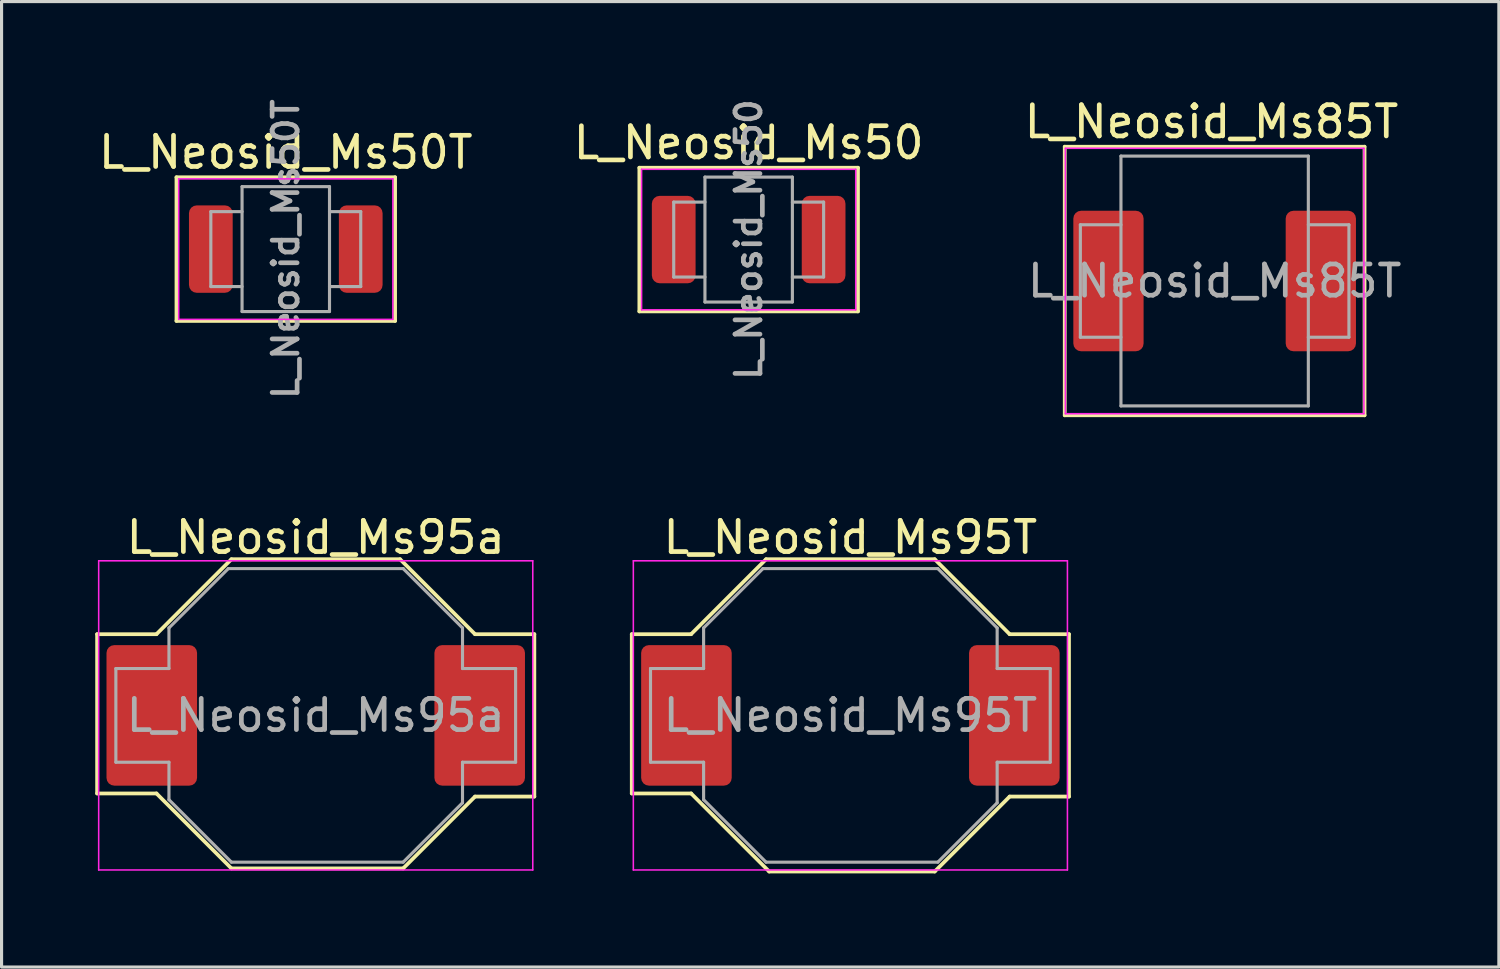
<source format=kicad_pcb>
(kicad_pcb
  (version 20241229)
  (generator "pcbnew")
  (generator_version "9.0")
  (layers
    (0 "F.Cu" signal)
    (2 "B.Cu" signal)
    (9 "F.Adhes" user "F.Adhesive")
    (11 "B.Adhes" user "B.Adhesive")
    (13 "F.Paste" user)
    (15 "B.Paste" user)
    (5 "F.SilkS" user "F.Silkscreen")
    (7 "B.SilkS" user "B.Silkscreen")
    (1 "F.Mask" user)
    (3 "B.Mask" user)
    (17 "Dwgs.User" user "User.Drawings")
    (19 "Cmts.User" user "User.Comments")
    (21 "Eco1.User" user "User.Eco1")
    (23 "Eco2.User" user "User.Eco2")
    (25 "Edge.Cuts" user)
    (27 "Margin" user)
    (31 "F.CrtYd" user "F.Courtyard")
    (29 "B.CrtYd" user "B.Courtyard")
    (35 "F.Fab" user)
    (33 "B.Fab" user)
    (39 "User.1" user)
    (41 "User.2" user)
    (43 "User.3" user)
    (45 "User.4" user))
  (footprint "L_Neosid_Ms50T"
    (layer "F.Cu")
    (at 6.101 4.926)
    (property "Reference" "L_Neosid_Ms50T" (at 0 -3.1 0) (layer "F.SilkS") (effects (font (size 1 1) (thickness 0.15))))
    (attr smd)
    (fp_line (start -3.5 -2.3) (end -3.5 2.3) (stroke (width 0.12) (type solid)) (layer "F.SilkS"))
    (fp_line (start -3.5 2.3) (end 3.5 2.3) (stroke (width 0.12) (type solid)) (layer "F.SilkS"))
    (fp_line (start 3.5 -2.3) (end -3.5 -2.3) (stroke (width 0.12) (type solid)) (layer "F.SilkS"))
    (fp_line (start 3.5 2.3) (end 3.5 -2.3) (stroke (width 0.12) (type solid)) (layer "F.SilkS"))
    (fp_line (start -3.429 -2.25) (end -3.429 2.25) (stroke (width 0.05) (type solid)) (layer "F.CrtYd"))
    (fp_line (start -3.429 -2.25) (end 3.429 -2.25) (stroke (width 0.05) (type solid)) (layer "F.CrtYd"))
    (fp_line (start 3.429 2.25) (end -3.429 2.25) (stroke (width 0.05) (type solid)) (layer "F.CrtYd"))
    (fp_line (start 3.429 2.25) (end 3.429 -2.25) (stroke (width 0.05) (type solid)) (layer "F.CrtYd"))
    (fp_line (start -2.4 -1.2) (end -2.4 1.2) (stroke (width 0.1) (type solid)) (layer "F.Fab"))
    (fp_line (start -2.4 -1.2) (end -1.4 -1.2) (stroke (width 0.1) (type solid)) (layer "F.Fab"))
    (fp_line (start -2.4 1.2) (end -1.4 1.2) (stroke (width 0.1) (type solid)) (layer "F.Fab"))
    (fp_line (start -1.4 -2) (end -1.4 2) (stroke (width 0.1) (type solid)) (layer "F.Fab"))
    (fp_line (start -1.4 2) (end 1.4 2) (stroke (width 0.1) (type solid)) (layer "F.Fab"))
    (fp_line (start 1.4 -2) (end -1.4 -2) (stroke (width 0.1) (type solid)) (layer "F.Fab"))
    (fp_line (start 1.4 1.2) (end 2.4 1.2) (stroke (width 0.1) (type solid)) (layer "F.Fab"))
    (fp_line (start 1.4 2) (end 1.4 -2) (stroke (width 0.1) (type solid)) (layer "F.Fab"))
    (fp_line (start 2.4 -1.2) (end 1.4 -1.2) (stroke (width 0.1) (type solid)) (layer "F.Fab"))
    (fp_line (start 2.4 1.2) (end 2.4 -1.2) (stroke (width 0.1) (type solid)) (layer "F.Fab"))
    (fp_text user "${REFERENCE}" (at 0 0 90) (layer "F.Fab") (effects (font (size 0.8 0.8) (thickness 0.15))))
    (pad "1" smd roundrect (at -2.4 0) (size 1.4 2.8) (layers "F.Cu" "F.Mask" "F.Paste") (roundrect_rratio 0.179))
    (pad "2" smd roundrect (at 2.4 0) (size 1.4 2.8) (layers "F.Cu" "F.Mask" "F.Paste") (roundrect_rratio 0.179)))
  (footprint "L_Neosid_Ms85T"
    (layer "F.Cu")
    (at 35.844 5.948)
    (property "Reference" "L_Neosid_Ms85T" (at -0.1 -5.1 0) (layer "F.SilkS") (effects (font (size 1 1) (thickness 0.15))))
    (attr smd)
    (fp_line (start -4.8 -4.3) (end -4.8 4.3) (stroke (width 0.12) (type solid)) (layer "F.SilkS"))
    (fp_line (start -4.8 4.3) (end 4.8 4.3) (stroke (width 0.12) (type solid)) (layer "F.SilkS"))
    (fp_line (start 4.8 -4.3) (end -4.8 -4.3) (stroke (width 0.12) (type solid)) (layer "F.SilkS"))
    (fp_line (start 4.8 4.3) (end 4.8 -4.3) (stroke (width 0.12) (type solid)) (layer "F.SilkS"))
    (fp_line (start -4.78 -4.25) (end -4.78 4.25) (stroke (width 0.05) (type solid)) (layer "F.CrtYd"))
    (fp_line (start -4.78 -4.25) (end 4.78 -4.25) (stroke (width 0.05) (type solid)) (layer "F.CrtYd"))
    (fp_line (start 4.78 4.25) (end -4.78 4.25) (stroke (width 0.05) (type solid)) (layer "F.CrtYd"))
    (fp_line (start 4.78 4.25) (end 4.78 -4.25) (stroke (width 0.05) (type solid)) (layer "F.CrtYd"))
    (fp_line (start -4.3 -1.8) (end -4.3 1.8) (stroke (width 0.1) (type solid)) (layer "F.Fab"))
    (fp_line (start -4.3 -1.8) (end -3 -1.8) (stroke (width 0.1) (type solid)) (layer "F.Fab"))
    (fp_line (start -4.3 1.8) (end -3 1.8) (stroke (width 0.1) (type solid)) (layer "F.Fab"))
    (fp_line (start -3 -4) (end 3 -4) (stroke (width 0.1) (type solid)) (layer "F.Fab"))
    (fp_line (start -3 4) (end -3 -4) (stroke (width 0.1) (type solid)) (layer "F.Fab"))
    (fp_line (start 3 -4) (end 3 4) (stroke (width 0.1) (type solid)) (layer "F.Fab"))
    (fp_line (start 3 1.8) (end 4.3 1.8) (stroke (width 0.1) (type solid)) (layer "F.Fab"))
    (fp_line (start 3 4) (end -3 4) (stroke (width 0.1) (type solid)) (layer "F.Fab"))
    (fp_line (start 4.3 -1.8) (end 3 -1.8) (stroke (width 0.1) (type solid)) (layer "F.Fab"))
    (fp_line (start 4.3 1.8) (end 4.3 -1.8) (stroke (width 0.1) (type solid)) (layer "F.Fab"))
    (fp_text user "${REFERENCE}" (at 0 0 0) (layer "F.Fab") (effects (font (size 1 1) (thickness 0.15))))
    (pad "1" smd roundrect (at -3.4 0) (size 2.25 4.5) (layers "F.Cu" "F.Mask" "F.Paste") (roundrect_rratio 0.111))
    (pad "2" smd roundrect (at 3.4 0) (size 2.25 4.5) (layers "F.Cu" "F.Mask" "F.Paste") (roundrect_rratio 0.111)))
  (footprint "L_Neosid_Ms95T"
    (layer "F.Cu")
    (at 24.18 19.857)
    (property "Reference" "L_Neosid_Ms95T" (at 0 -5.7 0) (layer "F.SilkS") (effects (font (size 1 1) (thickness 0.15))))
    (attr smd)
    (fp_line (start -7 -2.6) (end -7 2.5) (stroke (width 0.12) (type solid)) (layer "F.SilkS"))
    (fp_line (start -7 2.5) (end -5.1 2.5) (stroke (width 0.12) (type solid)) (layer "F.SilkS"))
    (fp_line (start -5.1 -2.6) (end -7 -2.6) (stroke (width 0.12) (type solid)) (layer "F.SilkS"))
    (fp_line (start -5.1 -2.6) (end -2.7 -5) (stroke (width 0.12) (type solid)) (layer "F.SilkS"))
    (fp_line (start -2.7 -5) (end 2.7 -5) (stroke (width 0.12) (type solid)) (layer "F.SilkS"))
    (fp_line (start -2.6 5) (end -5.1 2.5) (stroke (width 0.12) (type solid)) (layer "F.SilkS"))
    (fp_line (start -2.6 5) (end 2.7 5) (stroke (width 0.12) (type solid)) (layer "F.SilkS"))
    (fp_line (start 2.7 -5) (end 5.1 -2.6) (stroke (width 0.12) (type solid)) (layer "F.SilkS"))
    (fp_line (start 2.7 5) (end 5.1 2.6) (stroke (width 0.12) (type solid)) (layer "F.SilkS"))
    (fp_line (start 5.1 -2.6) (end 7 -2.6) (stroke (width 0.12) (type solid)) (layer "F.SilkS"))
    (fp_line (start 7 -2.6) (end 7 2.6) (stroke (width 0.12) (type solid)) (layer "F.SilkS"))
    (fp_line (start 7 2.6) (end 5.1 2.6) (stroke (width 0.12) (type solid)) (layer "F.SilkS"))
    (fp_line (start -6.95 -4.95) (end -6.95 4.95) (stroke (width 0.05) (type solid)) (layer "F.CrtYd"))
    (fp_line (start -6.95 -4.95) (end 6.95 -4.95) (stroke (width 0.05) (type solid)) (layer "F.CrtYd"))
    (fp_line (start 6.95 4.95) (end -6.95 4.95) (stroke (width 0.05) (type solid)) (layer "F.CrtYd"))
    (fp_line (start 6.95 4.95) (end 6.95 -4.95) (stroke (width 0.05) (type solid)) (layer "F.CrtYd"))
    (fp_line (start -6.4 -1.5) (end -6.4 1.5) (stroke (width 0.1) (type solid)) (layer "F.Fab"))
    (fp_line (start -6.4 -1.5) (end -4.7 -1.5) (stroke (width 0.1) (type solid)) (layer "F.Fab"))
    (fp_line (start -6.4 1.5) (end -4.7 1.5) (stroke (width 0.1) (type solid)) (layer "F.Fab"))
    (fp_line (start -4.7 -1.5) (end -4.7 -2.8) (stroke (width 0.1) (type solid)) (layer "F.Fab"))
    (fp_line (start -4.7 1.5) (end -4.7 2.7) (stroke (width 0.1) (type solid)) (layer "F.Fab"))
    (fp_line (start -4.7 2.7) (end -2.7 4.7) (stroke (width 0.1) (type solid)) (layer "F.Fab"))
    (fp_line (start -2.8 -4.7) (end -4.7 -2.8) (stroke (width 0.1) (type solid)) (layer "F.Fab"))
    (fp_line (start 2.8 -4.7) (end -2.8 -4.7) (stroke (width 0.1) (type solid)) (layer "F.Fab"))
    (fp_line (start 2.8 4.7) (end -2.7 4.7) (stroke (width 0.1) (type solid)) (layer "F.Fab"))
    (fp_line (start 4.7 -2.8) (end 2.8 -4.7) (stroke (width 0.1) (type solid)) (layer "F.Fab"))
    (fp_line (start 4.7 -1.5) (end 4.7 -2.8) (stroke (width 0.1) (type solid)) (layer "F.Fab"))
    (fp_line (start 4.7 1.5) (end 6.4 1.5) (stroke (width 0.1) (type solid)) (layer "F.Fab"))
    (fp_line (start 4.7 2.8) (end 2.8 4.7) (stroke (width 0.1) (type solid)) (layer "F.Fab"))
    (fp_line (start 4.7 2.8) (end 4.7 1.5) (stroke (width 0.1) (type solid)) (layer "F.Fab"))
    (fp_line (start 6.4 -1.5) (end 4.7 -1.5) (stroke (width 0.1) (type solid)) (layer "F.Fab"))
    (fp_line (start 6.4 1.5) (end 6.4 -1.5) (stroke (width 0.1) (type solid)) (layer "F.Fab"))
    (fp_text user "${REFERENCE}" (at 0 0 0) (layer "F.Fab") (effects (font (size 1 1) (thickness 0.15))))
    (pad "1" smd roundrect (at -5.25 0) (size 2.9 4.5) (layers "F.Cu" "F.Mask" "F.Paste") (roundrect_rratio 0.086))
    (pad "2" smd roundrect (at 5.25 0) (size 2.9 4.5) (layers "F.Cu" "F.Mask" "F.Paste") (roundrect_rratio 0.086)))
  (footprint "L_Neosid_Ms95a"
    (layer "F.Cu")
    (at 7.06 19.857)
    (property "Reference" "L_Neosid_Ms95a" (at 0 -5.7 0) (layer "F.SilkS") (effects (font (size 1 1) (thickness 0.15))))
    (attr smd)
    (fp_line (start -7 -2.6) (end -7 2.5) (stroke (width 0.12) (type solid)) (layer "F.SilkS"))
    (fp_line (start -7 2.5) (end -5.1 2.5) (stroke (width 0.12) (type solid)) (layer "F.SilkS"))
    (fp_line (start -5.1 -2.6) (end -7 -2.6) (stroke (width 0.12) (type solid)) (layer "F.SilkS"))
    (fp_line (start -5.1 -2.6) (end -2.7 -5) (stroke (width 0.12) (type solid)) (layer "F.SilkS"))
    (fp_line (start -2.7 -5) (end 2.7 -5) (stroke (width 0.12) (type solid)) (layer "F.SilkS"))
    (fp_line (start -2.7 4.9) (end -5.1 2.5) (stroke (width 0.12) (type solid)) (layer "F.SilkS"))
    (fp_line (start -2.7 4.9) (end 2.8 4.9) (stroke (width 0.12) (type solid)) (layer "F.SilkS"))
    (fp_line (start 2.7 -5) (end 5.1 -2.6) (stroke (width 0.12) (type solid)) (layer "F.SilkS"))
    (fp_line (start 2.8 4.9) (end 5.1 2.6) (stroke (width 0.12) (type solid)) (layer "F.SilkS"))
    (fp_line (start 5.1 -2.6) (end 7 -2.6) (stroke (width 0.12) (type solid)) (layer "F.SilkS"))
    (fp_line (start 7 -2.6) (end 7 2.6) (stroke (width 0.12) (type solid)) (layer "F.SilkS"))
    (fp_line (start 7 2.6) (end 5.1 2.6) (stroke (width 0.12) (type solid)) (layer "F.SilkS"))
    (fp_line (start -6.95 -4.95) (end -6.95 4.95) (stroke (width 0.05) (type solid)) (layer "F.CrtYd"))
    (fp_line (start -6.95 -4.95) (end 6.95 -4.95) (stroke (width 0.05) (type solid)) (layer "F.CrtYd"))
    (fp_line (start 6.95 4.95) (end -6.95 4.95) (stroke (width 0.05) (type solid)) (layer "F.CrtYd"))
    (fp_line (start 6.95 4.95) (end 6.95 -4.95) (stroke (width 0.05) (type solid)) (layer "F.CrtYd"))
    (fp_line (start -6.4 -1.5) (end -6.4 1.5) (stroke (width 0.1) (type solid)) (layer "F.Fab"))
    (fp_line (start -6.4 -1.5) (end -4.7 -1.5) (stroke (width 0.1) (type solid)) (layer "F.Fab"))
    (fp_line (start -6.4 1.5) (end -4.7 1.5) (stroke (width 0.1) (type solid)) (layer "F.Fab"))
    (fp_line (start -4.7 -1.5) (end -4.7 -2.8) (stroke (width 0.1) (type solid)) (layer "F.Fab"))
    (fp_line (start -4.7 1.5) (end -4.7 2.7) (stroke (width 0.1) (type solid)) (layer "F.Fab"))
    (fp_line (start -4.7 2.7) (end -2.7 4.7) (stroke (width 0.1) (type solid)) (layer "F.Fab"))
    (fp_line (start -2.8 -4.7) (end -4.7 -2.8) (stroke (width 0.1) (type solid)) (layer "F.Fab"))
    (fp_line (start 2.8 -4.7) (end -2.8 -4.7) (stroke (width 0.1) (type solid)) (layer "F.Fab"))
    (fp_line (start 2.8 4.7) (end -2.7 4.7) (stroke (width 0.1) (type solid)) (layer "F.Fab"))
    (fp_line (start 4.7 -2.8) (end 2.8 -4.7) (stroke (width 0.1) (type solid)) (layer "F.Fab"))
    (fp_line (start 4.7 -1.5) (end 4.7 -2.8) (stroke (width 0.1) (type solid)) (layer "F.Fab"))
    (fp_line (start 4.7 1.5) (end 6.4 1.5) (stroke (width 0.1) (type solid)) (layer "F.Fab"))
    (fp_line (start 4.7 2.8) (end 2.8 4.7) (stroke (width 0.1) (type solid)) (layer "F.Fab"))
    (fp_line (start 4.7 2.8) (end 4.7 1.5) (stroke (width 0.1) (type solid)) (layer "F.Fab"))
    (fp_line (start 6.4 -1.5) (end 4.7 -1.5) (stroke (width 0.1) (type solid)) (layer "F.Fab"))
    (fp_line (start 6.4 1.5) (end 6.4 -1.5) (stroke (width 0.1) (type solid)) (layer "F.Fab"))
    (fp_text user "${REFERENCE}" (at 0 0 0) (layer "F.Fab") (effects (font (size 1 1) (thickness 0.15))))
    (pad "1" smd roundrect (at -5.25 0) (size 2.9 4.5) (layers "F.Cu" "F.Mask" "F.Paste") (roundrect_rratio 0.086))
    (pad "2" smd roundrect (at 5.25 0) (size 2.9 4.5) (layers "F.Cu" "F.Mask" "F.Paste") (roundrect_rratio 0.086)))
  (footprint "L_Neosid_Ms50"
    (layer "F.Cu")
    (at 20.923 4.621)
    (property "Reference" "L_Neosid_Ms50" (at 0 -3.1 0) (layer "F.SilkS") (effects (font (size 1 1) (thickness 0.15))))
    (attr smd)
    (fp_line (start -3.5 -2.3) (end -3.5 2.3) (stroke (width 0.12) (type solid)) (layer "F.SilkS"))
    (fp_line (start -3.5 2.3) (end 3.5 2.3) (stroke (width 0.12) (type solid)) (layer "F.SilkS"))
    (fp_line (start 3.5 -2.3) (end -3.5 -2.3) (stroke (width 0.12) (type solid)) (layer "F.SilkS"))
    (fp_line (start 3.5 2.3) (end 3.5 -2.3) (stroke (width 0.12) (type solid)) (layer "F.SilkS"))
    (fp_line (start -3.429 -2.25) (end -3.429 2.25) (stroke (width 0.05) (type solid)) (layer "F.CrtYd"))
    (fp_line (start -3.429 -2.25) (end 3.429 -2.25) (stroke (width 0.05) (type solid)) (layer "F.CrtYd"))
    (fp_line (start 3.429 2.25) (end -3.429 2.25) (stroke (width 0.05) (type solid)) (layer "F.CrtYd"))
    (fp_line (start 3.429 2.25) (end 3.429 -2.25) (stroke (width 0.05) (type solid)) (layer "F.CrtYd"))
    (fp_line (start -2.4 -1.2) (end -2.4 1.2) (stroke (width 0.1) (type solid)) (layer "F.Fab"))
    (fp_line (start -2.4 -1.2) (end -1.4 -1.2) (stroke (width 0.1) (type solid)) (layer "F.Fab"))
    (fp_line (start -2.4 1.2) (end -1.4 1.2) (stroke (width 0.1) (type solid)) (layer "F.Fab"))
    (fp_line (start -1.4 -2) (end -1.4 2) (stroke (width 0.1) (type solid)) (layer "F.Fab"))
    (fp_line (start -1.4 2) (end 1.4 2) (stroke (width 0.1) (type solid)) (layer "F.Fab"))
    (fp_line (start 1.4 -2) (end -1.4 -2) (stroke (width 0.1) (type solid)) (layer "F.Fab"))
    (fp_line (start 1.4 1.2) (end 2.4 1.2) (stroke (width 0.1) (type solid)) (layer "F.Fab"))
    (fp_line (start 1.4 2) (end 1.4 -2) (stroke (width 0.1) (type solid)) (layer "F.Fab"))
    (fp_line (start 2.4 -1.2) (end 1.4 -1.2) (stroke (width 0.1) (type solid)) (layer "F.Fab"))
    (fp_line (start 2.4 1.2) (end 2.4 -1.2) (stroke (width 0.1) (type solid)) (layer "F.Fab"))
    (fp_text user "${REFERENCE}" (at 0 0 90) (layer "F.Fab") (effects (font (size 0.8 0.8) (thickness 0.15))))
    (pad "1" smd roundrect (at -2.4 0) (size 1.4 2.8) (layers "F.Cu" "F.Mask" "F.Paste") (roundrect_rratio 0.179))
    (pad "2" smd roundrect (at 2.4 0) (size 1.4 2.8) (layers "F.Cu" "F.Mask" "F.Paste") (roundrect_rratio 0.179)))
  (gr_rect
    (start -3 -3)
    (end 44.945 27.916)
    (stroke (width 0.1) (type default))
    (fill no)
    (layer "Edge.Cuts")))
</source>
